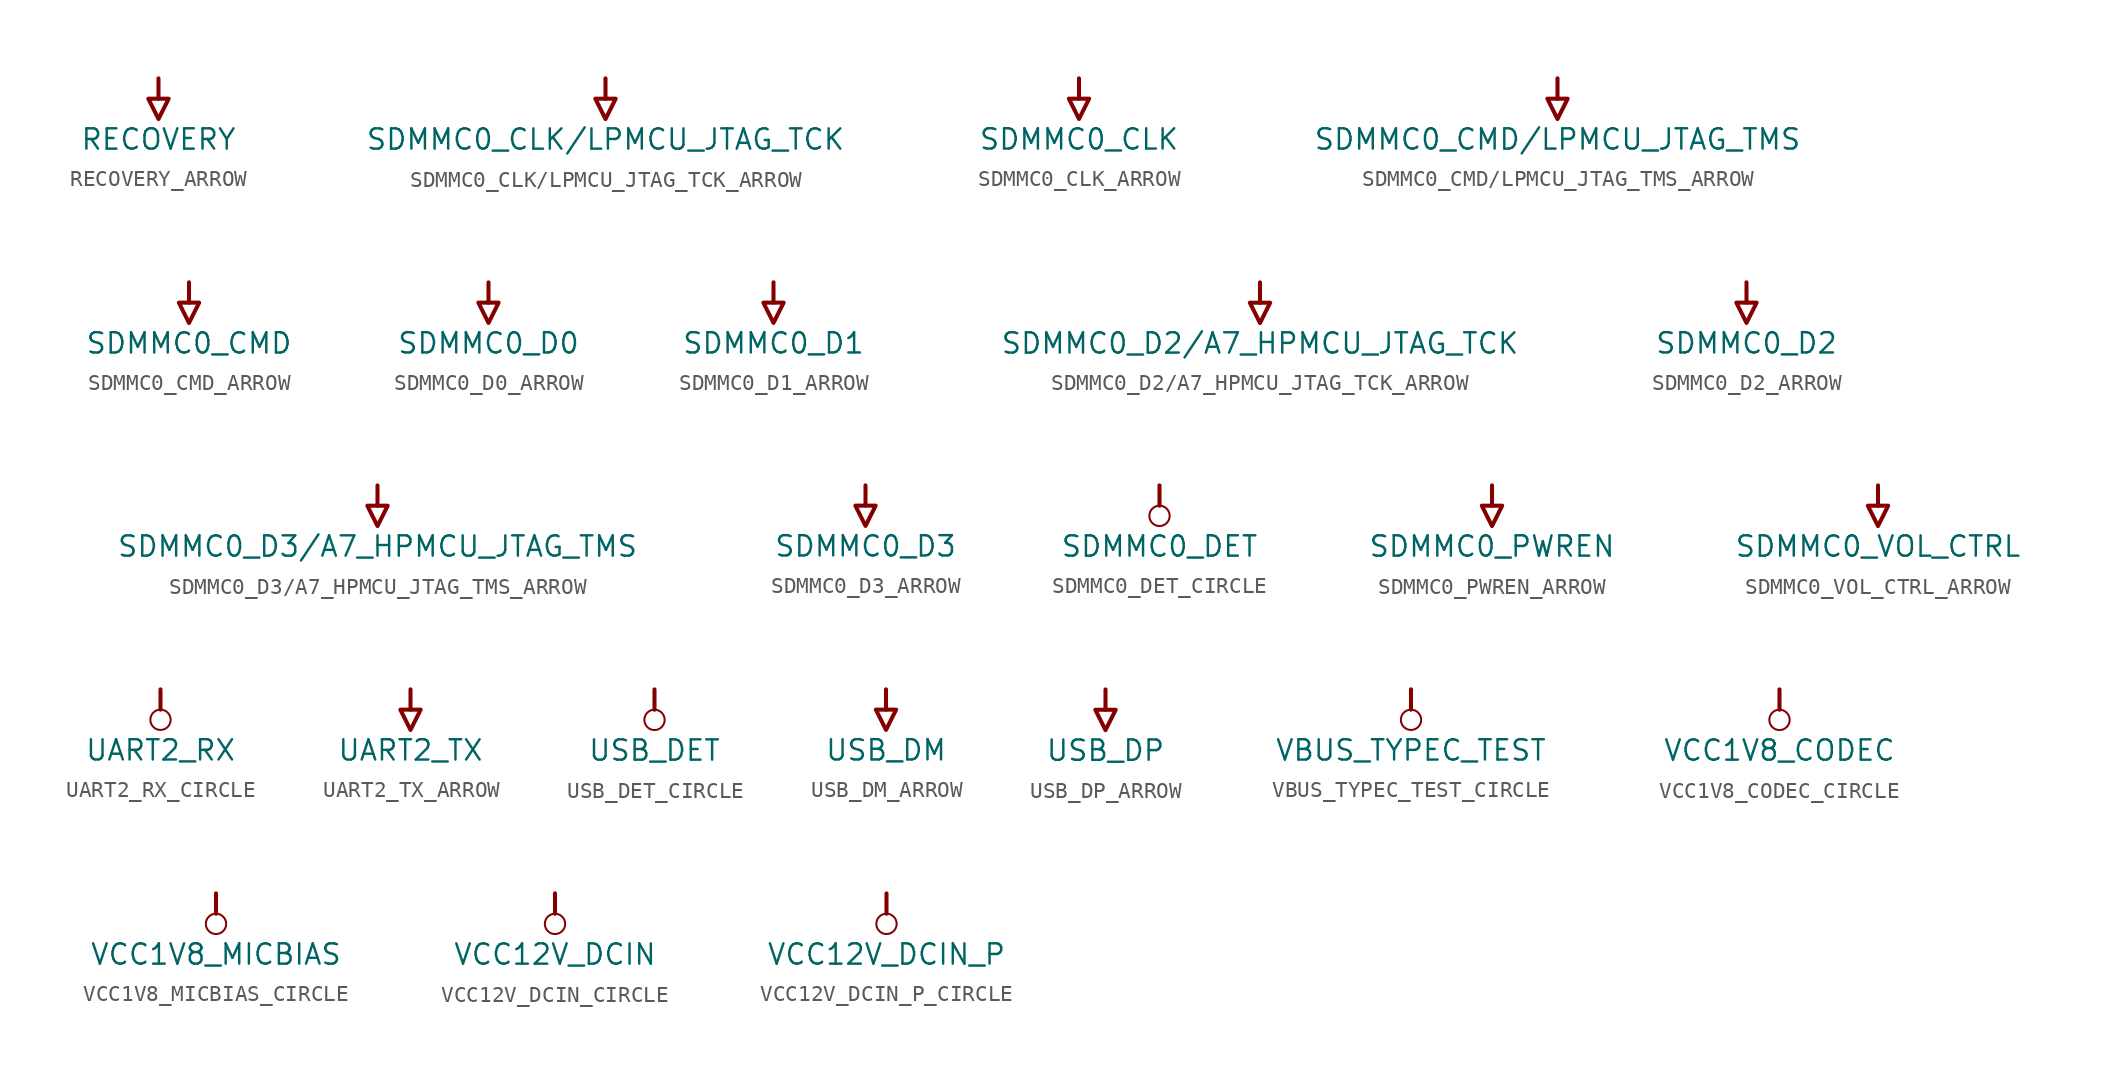
<source format=kicad_sym>
(kicad_symbol_lib
  (version 20241209)
  (generator "kicad_symbol_editor")
  (generator_version "9.0")
  (symbol "RECOVERY_ARROW"
    (power)
    (property "Reference" "#PWR"
      (at 0 0 0)
      (effects (font (size 1.27 1.27)) (hide yes)))
    (property "Value" "RECOVERY"
      (at 0 -3.81 0)
      (effects (font (size 1.27 1.27))))
    (symbol "RECOVERY_ARROW_0_0"
      (polyline (pts (xy -0.635 -1.27) (xy 0.635 -1.27) (xy 0 -2.54) (xy -0.635 -1.27)) (stroke (width 0.254) (type solid)) (fill (type none)))
      (polyline (pts (xy 0 0) (xy 0 -1.27)) (stroke (width 0.254) (type solid)) (fill (type none)))
      (pin power_in line (at 0 0 0) (length 0) (hide yes) (name "RECOVERY" (effects (font (size 1.27 1.27)))) (number "" (effects (font (size 1.27 1.27)))))))
  (symbol "SDMMC0_CLK/LPMCU_JTAG_TCK_ARROW"
    (power)
    (property "Reference" "#PWR"
      (at 0 0 0)
      (effects (font (size 1.27 1.27)) (hide yes)))
    (property "Value" "SDMMC0_CLK/LPMCU_JTAG_TCK"
      (at 0 -3.81 0)
      (effects (font (size 1.27 1.27))))
    (symbol "SDMMC0_CLK/LPMCU_JTAG_TCK_ARROW_0_0"
      (polyline (pts (xy -0.635 -1.27) (xy 0.635 -1.27) (xy 0 -2.54) (xy -0.635 -1.27)) (stroke (width 0.254) (type solid)) (fill (type none)))
      (polyline (pts (xy 0 0) (xy 0 -1.27)) (stroke (width 0.254) (type solid)) (fill (type none)))
      (pin power_in line (at 0 0 0) (length 0) (hide yes) (name "SDMMC0_CLK/LPMCU_JTAG_TCK" (effects (font (size 1.27 1.27)))) (number "" (effects (font (size 1.27 1.27)))))))
  (symbol "SDMMC0_CLK_ARROW"
    (power)
    (property "Reference" "#PWR"
      (at 0 0 0)
      (effects (font (size 1.27 1.27)) (hide yes)))
    (property "Value" "SDMMC0_CLK"
      (at 0 -3.81 0)
      (effects (font (size 1.27 1.27))))
    (symbol "SDMMC0_CLK_ARROW_0_0"
      (polyline (pts (xy -0.635 -1.27) (xy 0.635 -1.27) (xy 0 -2.54) (xy -0.635 -1.27)) (stroke (width 0.254) (type solid)) (fill (type none)))
      (polyline (pts (xy 0 0) (xy 0 -1.27)) (stroke (width 0.254) (type solid)) (fill (type none)))
      (pin power_in line (at 0 0 0) (length 0) (hide yes) (name "SDMMC0_CLK" (effects (font (size 1.27 1.27)))) (number "" (effects (font (size 1.27 1.27)))))))
  (symbol "SDMMC0_CMD/LPMCU_JTAG_TMS_ARROW"
    (power)
    (property "Reference" "#PWR"
      (at 0 0 0)
      (effects (font (size 1.27 1.27)) (hide yes)))
    (property "Value" "SDMMC0_CMD/LPMCU_JTAG_TMS"
      (at 0 -3.81 0)
      (effects (font (size 1.27 1.27))))
    (symbol "SDMMC0_CMD/LPMCU_JTAG_TMS_ARROW_0_0"
      (polyline (pts (xy -0.635 -1.27) (xy 0.635 -1.27) (xy 0 -2.54) (xy -0.635 -1.27)) (stroke (width 0.254) (type solid)) (fill (type none)))
      (polyline (pts (xy 0 0) (xy 0 -1.27)) (stroke (width 0.254) (type solid)) (fill (type none)))
      (pin power_in line (at 0 0 0) (length 0) (hide yes) (name "SDMMC0_CMD/LPMCU_JTAG_TMS" (effects (font (size 1.27 1.27)))) (number "" (effects (font (size 1.27 1.27)))))))
  (symbol "SDMMC0_CMD_ARROW"
    (power)
    (property "Reference" "#PWR"
      (at 0 0 0)
      (effects (font (size 1.27 1.27)) (hide yes)))
    (property "Value" "SDMMC0_CMD"
      (at 0 -3.81 0)
      (effects (font (size 1.27 1.27))))
    (symbol "SDMMC0_CMD_ARROW_0_0"
      (polyline (pts (xy -0.635 -1.27) (xy 0.635 -1.27) (xy 0 -2.54) (xy -0.635 -1.27)) (stroke (width 0.254) (type solid)) (fill (type none)))
      (polyline (pts (xy 0 0) (xy 0 -1.27)) (stroke (width 0.254) (type solid)) (fill (type none)))
      (pin power_in line (at 0 0 0) (length 0) (hide yes) (name "SDMMC0_CMD" (effects (font (size 1.27 1.27)))) (number "" (effects (font (size 1.27 1.27)))))))
  (symbol "SDMMC0_D0_ARROW"
    (power)
    (property "Reference" "#PWR"
      (at 0 0 0)
      (effects (font (size 1.27 1.27)) (hide yes)))
    (property "Value" "SDMMC0_D0"
      (at 0 -3.81 0)
      (effects (font (size 1.27 1.27))))
    (symbol "SDMMC0_D0_ARROW_0_0"
      (polyline (pts (xy -0.635 -1.27) (xy 0.635 -1.27) (xy 0 -2.54) (xy -0.635 -1.27)) (stroke (width 0.254) (type solid)) (fill (type none)))
      (polyline (pts (xy 0 0) (xy 0 -1.27)) (stroke (width 0.254) (type solid)) (fill (type none)))
      (pin power_in line (at 0 0 0) (length 0) (hide yes) (name "SDMMC0_D0" (effects (font (size 1.27 1.27)))) (number "" (effects (font (size 1.27 1.27)))))))
  (symbol "SDMMC0_D1_ARROW"
    (power)
    (property "Reference" "#PWR"
      (at 0 0 0)
      (effects (font (size 1.27 1.27)) (hide yes)))
    (property "Value" "SDMMC0_D1"
      (at 0 -3.81 0)
      (effects (font (size 1.27 1.27))))
    (symbol "SDMMC0_D1_ARROW_0_0"
      (polyline (pts (xy -0.635 -1.27) (xy 0.635 -1.27) (xy 0 -2.54) (xy -0.635 -1.27)) (stroke (width 0.254) (type solid)) (fill (type none)))
      (polyline (pts (xy 0 0) (xy 0 -1.27)) (stroke (width 0.254) (type solid)) (fill (type none)))
      (pin power_in line (at 0 0 0) (length 0) (hide yes) (name "SDMMC0_D1" (effects (font (size 1.27 1.27)))) (number "" (effects (font (size 1.27 1.27)))))))
  (symbol "SDMMC0_D2/A7_HPMCU_JTAG_TCK_ARROW"
    (power)
    (property "Reference" "#PWR"
      (at 0 0 0)
      (effects (font (size 1.27 1.27)) (hide yes)))
    (property "Value" "SDMMC0_D2/A7_HPMCU_JTAG_TCK"
      (at 0 -3.81 0)
      (effects (font (size 1.27 1.27))))
    (symbol "SDMMC0_D2/A7_HPMCU_JTAG_TCK_ARROW_0_0"
      (polyline (pts (xy -0.635 -1.27) (xy 0.635 -1.27) (xy 0 -2.54) (xy -0.635 -1.27)) (stroke (width 0.254) (type solid)) (fill (type none)))
      (polyline (pts (xy 0 0) (xy 0 -1.27)) (stroke (width 0.254) (type solid)) (fill (type none)))
      (pin power_in line (at 0 0 0) (length 0) (hide yes) (name "SDMMC0_D2/A7_HPMCU_JTAG_TCK" (effects (font (size 1.27 1.27)))) (number "" (effects (font (size 1.27 1.27)))))))
  (symbol "SDMMC0_D2_ARROW"
    (power)
    (property "Reference" "#PWR"
      (at 0 0 0)
      (effects (font (size 1.27 1.27)) (hide yes)))
    (property "Value" "SDMMC0_D2"
      (at 0 -3.81 0)
      (effects (font (size 1.27 1.27))))
    (symbol "SDMMC0_D2_ARROW_0_0"
      (polyline (pts (xy -0.635 -1.27) (xy 0.635 -1.27) (xy 0 -2.54) (xy -0.635 -1.27)) (stroke (width 0.254) (type solid)) (fill (type none)))
      (polyline (pts (xy 0 0) (xy 0 -1.27)) (stroke (width 0.254) (type solid)) (fill (type none)))
      (pin power_in line (at 0 0 0) (length 0) (hide yes) (name "SDMMC0_D2" (effects (font (size 1.27 1.27)))) (number "" (effects (font (size 1.27 1.27)))))))
  (symbol "SDMMC0_D3/A7_HPMCU_JTAG_TMS_ARROW"
    (power)
    (property "Reference" "#PWR"
      (at 0 0 0)
      (effects (font (size 1.27 1.27)) (hide yes)))
    (property "Value" "SDMMC0_D3/A7_HPMCU_JTAG_TMS"
      (at 0 -3.81 0)
      (effects (font (size 1.27 1.27))))
    (symbol "SDMMC0_D3/A7_HPMCU_JTAG_TMS_ARROW_0_0"
      (polyline (pts (xy -0.635 -1.27) (xy 0.635 -1.27) (xy 0 -2.54) (xy -0.635 -1.27)) (stroke (width 0.254) (type solid)) (fill (type none)))
      (polyline (pts (xy 0 0) (xy 0 -1.27)) (stroke (width 0.254) (type solid)) (fill (type none)))
      (pin power_in line (at 0 0 0) (length 0) (hide yes) (name "SDMMC0_D3/A7_HPMCU_JTAG_TMS" (effects (font (size 1.27 1.27)))) (number "" (effects (font (size 1.27 1.27)))))))
  (symbol "SDMMC0_D3_ARROW"
    (power)
    (property "Reference" "#PWR"
      (at 0 0 0)
      (effects (font (size 1.27 1.27)) (hide yes)))
    (property "Value" "SDMMC0_D3"
      (at 0 -3.81 0)
      (effects (font (size 1.27 1.27))))
    (symbol "SDMMC0_D3_ARROW_0_0"
      (polyline (pts (xy -0.635 -1.27) (xy 0.635 -1.27) (xy 0 -2.54) (xy -0.635 -1.27)) (stroke (width 0.254) (type solid)) (fill (type none)))
      (polyline (pts (xy 0 0) (xy 0 -1.27)) (stroke (width 0.254) (type solid)) (fill (type none)))
      (pin power_in line (at 0 0 0) (length 0) (hide yes) (name "SDMMC0_D3" (effects (font (size 1.27 1.27)))) (number "" (effects (font (size 1.27 1.27)))))))
  (symbol "SDMMC0_DET_CIRCLE"
    (power)
    (property "Reference" "#PWR"
      (at 0 0 0)
      (effects (font (size 1.27 1.27)) (hide yes)))
    (property "Value" "SDMMC0_DET"
      (at 0 -3.81 0)
      (effects (font (size 1.27 1.27))))
    (symbol "SDMMC0_DET_CIRCLE_0_0"
      (polyline (pts (xy 0 0) (xy 0 -1.27)) (stroke (width 0.254) (type solid)) (fill (type none)))
      (circle (center 0 -1.905) (radius 0.635) (stroke (width 0.127) (type solid)) (fill (type none)))
      (pin power_in line (at 0 0 0) (length 0) (hide yes) (name "SDMMC0_DET" (effects (font (size 1.27 1.27)))) (number "" (effects (font (size 1.27 1.27)))))))
  (symbol "SDMMC0_PWREN_ARROW"
    (power)
    (property "Reference" "#PWR"
      (at 0 0 0)
      (effects (font (size 1.27 1.27)) (hide yes)))
    (property "Value" "SDMMC0_PWREN"
      (at 0 -3.81 0)
      (effects (font (size 1.27 1.27))))
    (symbol "SDMMC0_PWREN_ARROW_0_0"
      (polyline (pts (xy -0.635 -1.27) (xy 0.635 -1.27) (xy 0 -2.54) (xy -0.635 -1.27)) (stroke (width 0.254) (type solid)) (fill (type none)))
      (polyline (pts (xy 0 0) (xy 0 -1.27)) (stroke (width 0.254) (type solid)) (fill (type none)))
      (pin power_in line (at 0 0 0) (length 0) (hide yes) (name "SDMMC0_PWREN" (effects (font (size 1.27 1.27)))) (number "" (effects (font (size 1.27 1.27)))))))
  (symbol "SDMMC0_VOL_CTRL_ARROW"
    (power)
    (property "Reference" "#PWR"
      (at 0 0 0)
      (effects (font (size 1.27 1.27)) (hide yes)))
    (property "Value" "SDMMC0_VOL_CTRL"
      (at 0 -3.81 0)
      (effects (font (size 1.27 1.27))))
    (symbol "SDMMC0_VOL_CTRL_ARROW_0_0"
      (polyline (pts (xy -0.635 -1.27) (xy 0.635 -1.27) (xy 0 -2.54) (xy -0.635 -1.27)) (stroke (width 0.254) (type solid)) (fill (type none)))
      (polyline (pts (xy 0 0) (xy 0 -1.27)) (stroke (width 0.254) (type solid)) (fill (type none)))
      (pin power_in line (at 0 0 0) (length 0) (hide yes) (name "SDMMC0_VOL_CTRL" (effects (font (size 1.27 1.27)))) (number "" (effects (font (size 1.27 1.27)))))))
  (symbol "UART2_RX_CIRCLE"
    (power)
    (property "Reference" "#PWR"
      (at 0 0 0)
      (effects (font (size 1.27 1.27)) (hide yes)))
    (property "Value" "UART2_RX"
      (at 0 -3.81 0)
      (effects (font (size 1.27 1.27))))
    (symbol "UART2_RX_CIRCLE_0_0"
      (polyline (pts (xy 0 0) (xy 0 -1.27)) (stroke (width 0.254) (type solid)) (fill (type none)))
      (circle (center 0 -1.905) (radius 0.635) (stroke (width 0.127) (type solid)) (fill (type none)))
      (pin power_in line (at 0 0 0) (length 0) (hide yes) (name "UART2_RX" (effects (font (size 1.27 1.27)))) (number "" (effects (font (size 1.27 1.27)))))))
  (symbol "UART2_TX_ARROW"
    (power)
    (property "Reference" "#PWR"
      (at 0 0 0)
      (effects (font (size 1.27 1.27)) (hide yes)))
    (property "Value" "UART2_TX"
      (at 0 -3.81 0)
      (effects (font (size 1.27 1.27))))
    (symbol "UART2_TX_ARROW_0_0"
      (polyline (pts (xy -0.635 -1.27) (xy 0.635 -1.27) (xy 0 -2.54) (xy -0.635 -1.27)) (stroke (width 0.254) (type solid)) (fill (type none)))
      (polyline (pts (xy 0 0) (xy 0 -1.27)) (stroke (width 0.254) (type solid)) (fill (type none)))
      (pin power_in line (at 0 0 0) (length 0) (hide yes) (name "UART2_TX" (effects (font (size 1.27 1.27)))) (number "" (effects (font (size 1.27 1.27)))))))
  (symbol "USB_DET_CIRCLE"
    (power)
    (property "Reference" "#PWR"
      (at 0 0 0)
      (effects (font (size 1.27 1.27)) (hide yes)))
    (property "Value" "USB_DET"
      (at 0 -3.81 0)
      (effects (font (size 1.27 1.27))))
    (symbol "USB_DET_CIRCLE_0_0"
      (polyline (pts (xy 0 0) (xy 0 -1.27)) (stroke (width 0.254) (type solid)) (fill (type none)))
      (circle (center 0 -1.905) (radius 0.635) (stroke (width 0.127) (type solid)) (fill (type none)))
      (pin power_in line (at 0 0 0) (length 0) (hide yes) (name "USB_DET" (effects (font (size 1.27 1.27)))) (number "" (effects (font (size 1.27 1.27)))))))
  (symbol "USB_DM_ARROW"
    (power)
    (property "Reference" "#PWR"
      (at 0 0 0)
      (effects (font (size 1.27 1.27)) (hide yes)))
    (property "Value" "USB_DM"
      (at 0 -3.81 0)
      (effects (font (size 1.27 1.27))))
    (symbol "USB_DM_ARROW_0_0"
      (polyline (pts (xy -0.635 -1.27) (xy 0.635 -1.27) (xy 0 -2.54) (xy -0.635 -1.27)) (stroke (width 0.254) (type solid)) (fill (type none)))
      (polyline (pts (xy 0 0) (xy 0 -1.27)) (stroke (width 0.254) (type solid)) (fill (type none)))
      (pin power_in line (at 0 0 0) (length 0) (hide yes) (name "USB_DM" (effects (font (size 1.27 1.27)))) (number "" (effects (font (size 1.27 1.27)))))))
  (symbol "USB_DP_ARROW"
    (power)
    (property "Reference" "#PWR"
      (at 0 0 0)
      (effects (font (size 1.27 1.27)) (hide yes)))
    (property "Value" "USB_DP"
      (at 0 -3.81 0)
      (effects (font (size 1.27 1.27))))
    (symbol "USB_DP_ARROW_0_0"
      (polyline (pts (xy -0.635 -1.27) (xy 0.635 -1.27) (xy 0 -2.54) (xy -0.635 -1.27)) (stroke (width 0.254) (type solid)) (fill (type none)))
      (polyline (pts (xy 0 0) (xy 0 -1.27)) (stroke (width 0.254) (type solid)) (fill (type none)))
      (pin power_in line (at 0 0 0) (length 0) (hide yes) (name "USB_DP" (effects (font (size 1.27 1.27)))) (number "" (effects (font (size 1.27 1.27)))))))
  (symbol "VBUS_TYPEC_TEST_CIRCLE"
    (power)
    (property "Reference" "#PWR"
      (at 0 0 0)
      (effects (font (size 1.27 1.27)) (hide yes)))
    (property "Value" "VBUS_TYPEC_TEST"
      (at 0 -3.81 0)
      (effects (font (size 1.27 1.27))))
    (symbol "VBUS_TYPEC_TEST_CIRCLE_0_0"
      (polyline (pts (xy 0 0) (xy 0 -1.27)) (stroke (width 0.254) (type solid)) (fill (type none)))
      (circle (center 0 -1.905) (radius 0.635) (stroke (width 0.127) (type solid)) (fill (type none)))
      (pin power_in line (at 0 0 0) (length 0) (hide yes) (name "VBUS_TYPEC_TEST" (effects (font (size 1.27 1.27)))) (number "" (effects (font (size 1.27 1.27)))))))
  (symbol "VCC1V8_CODEC_CIRCLE"
    (power)
    (property "Reference" "#PWR"
      (at 0 0 0)
      (effects (font (size 1.27 1.27)) (hide yes)))
    (property "Value" "VCC1V8_CODEC"
      (at 0 -3.81 0)
      (effects (font (size 1.27 1.27))))
    (symbol "VCC1V8_CODEC_CIRCLE_0_0"
      (polyline (pts (xy 0 0) (xy 0 -1.27)) (stroke (width 0.254) (type solid)) (fill (type none)))
      (circle (center 0 -1.905) (radius 0.635) (stroke (width 0.127) (type solid)) (fill (type none)))
      (pin power_in line (at 0 0 0) (length 0) (hide yes) (name "VCC1V8_CODEC" (effects (font (size 1.27 1.27)))) (number "" (effects (font (size 1.27 1.27)))))))
  (symbol "VCC1V8_MICBIAS_CIRCLE"
    (power)
    (property "Reference" "#PWR"
      (at 0 0 0)
      (effects (font (size 1.27 1.27)) (hide yes)))
    (property "Value" "VCC1V8_MICBIAS"
      (at 0 -3.81 0)
      (effects (font (size 1.27 1.27))))
    (symbol "VCC1V8_MICBIAS_CIRCLE_0_0"
      (polyline (pts (xy 0 0) (xy 0 -1.27)) (stroke (width 0.254) (type solid)) (fill (type none)))
      (circle (center 0 -1.905) (radius 0.635) (stroke (width 0.127) (type solid)) (fill (type none)))
      (pin power_in line (at 0 0 0) (length 0) (hide yes) (name "VCC1V8_MICBIAS" (effects (font (size 1.27 1.27)))) (number "" (effects (font (size 1.27 1.27)))))))
  (symbol "VCC12V_DCIN_CIRCLE"
    (power)
    (property "Reference" "#PWR"
      (at 0 0 0)
      (effects (font (size 1.27 1.27)) (hide yes)))
    (property "Value" "VCC12V_DCIN"
      (at 0 -3.81 0)
      (effects (font (size 1.27 1.27))))
    (symbol "VCC12V_DCIN_CIRCLE_0_0"
      (polyline (pts (xy 0 0) (xy 0 -1.27)) (stroke (width 0.254) (type solid)) (fill (type none)))
      (circle (center 0 -1.905) (radius 0.635) (stroke (width 0.127) (type solid)) (fill (type none)))
      (pin power_in line (at 0 0 0) (length 0) (hide yes) (name "VCC12V_DCIN" (effects (font (size 1.27 1.27)))) (number "" (effects (font (size 1.27 1.27)))))))
  (symbol "VCC12V_DCIN_P_CIRCLE"
    (power)
    (property "Reference" "#PWR"
      (at 0 0 0)
      (effects (font (size 1.27 1.27)) (hide yes)))
    (property "Value" "VCC12V_DCIN_P"
      (at 0 -3.81 0)
      (effects (font (size 1.27 1.27))))
    (symbol "VCC12V_DCIN_P_CIRCLE_0_0"
      (polyline (pts (xy 0 0) (xy 0 -1.27)) (stroke (width 0.254) (type solid)) (fill (type none)))
      (circle (center 0 -1.905) (radius 0.635) (stroke (width 0.127) (type solid)) (fill (type none)))
      (pin power_in line (at 0 0 0) (length 0) (hide yes) (name "VCC12V_DCIN_P" (effects (font (size 1.27 1.27)))) (number "" (effects (font (size 1.27 1.27))))))))
</source>
